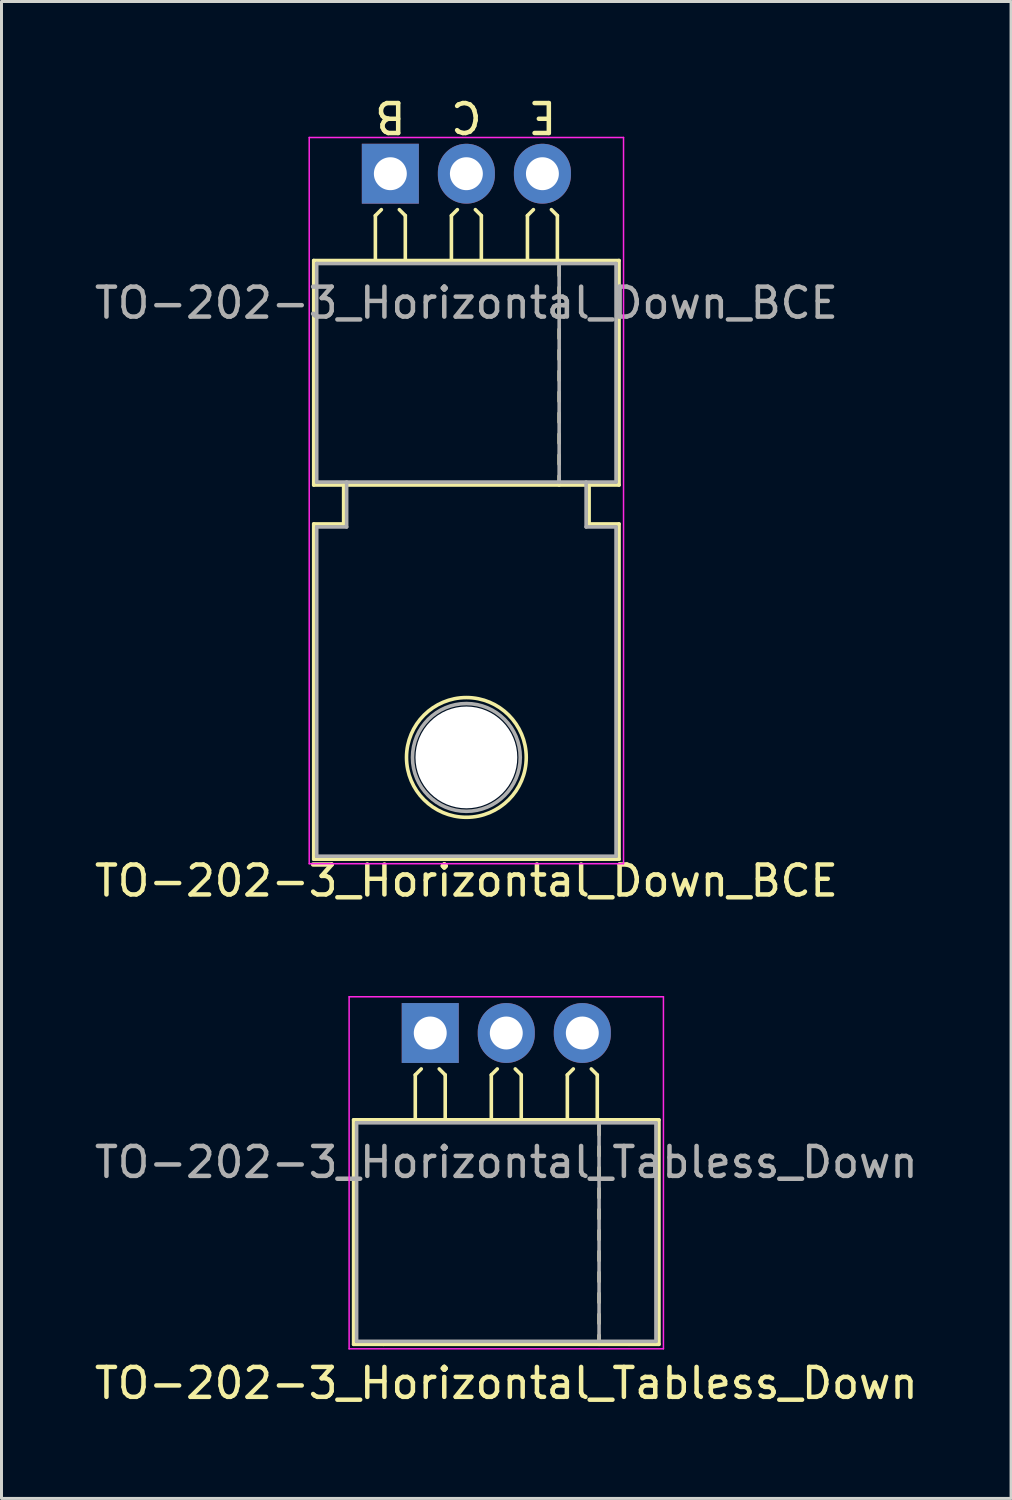
<source format=kicad_pcb>
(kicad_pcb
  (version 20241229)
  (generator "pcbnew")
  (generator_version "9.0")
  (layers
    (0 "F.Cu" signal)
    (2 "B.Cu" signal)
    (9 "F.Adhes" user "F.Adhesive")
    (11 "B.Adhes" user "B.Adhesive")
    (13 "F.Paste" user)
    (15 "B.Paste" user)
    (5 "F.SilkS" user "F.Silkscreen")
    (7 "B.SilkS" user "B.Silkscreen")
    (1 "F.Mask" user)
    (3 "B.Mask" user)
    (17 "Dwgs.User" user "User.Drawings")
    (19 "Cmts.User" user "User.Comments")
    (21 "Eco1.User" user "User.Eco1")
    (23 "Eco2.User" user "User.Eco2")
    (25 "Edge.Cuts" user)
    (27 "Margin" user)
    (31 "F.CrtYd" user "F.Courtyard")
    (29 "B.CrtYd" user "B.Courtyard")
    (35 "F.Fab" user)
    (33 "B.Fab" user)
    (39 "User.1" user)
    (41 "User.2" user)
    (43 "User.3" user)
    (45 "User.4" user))
  (footprint "TO-202-3_Horizontal_Tabless_Down"
    (layer "F.Cu")
    (at 11.323 31.459)
    (property "Reference" "TO-202-3_Horizontal_Tabless_Down" (at 2.54 11.7 180) (layer "F.SilkS") (effects (font (size 1 1) (thickness 0.15))))
    (attr through_hole)
    (fp_line (start -2.56 2.9) (end 7.64 2.9) (stroke (width 0.12) (type solid)) (layer "F.SilkS"))
    (fp_line (start -2.56 10.4) (end -2.56 2.9) (stroke (width 0.12) (type solid)) (layer "F.SilkS"))
    (fp_line (start -1.56 10.4) (end -2.56 10.4) (stroke (width 0.12) (type solid)) (layer "F.SilkS"))
    (fp_line (start -0.5 1.4) (end -0.3 1.2) (stroke (width 0.12) (type solid)) (layer "F.SilkS"))
    (fp_line (start -0.5 2.9) (end -0.5 1.4) (stroke (width 0.12) (type solid)) (layer "F.SilkS"))
    (fp_line (start 0.5 1.4) (end 0.3 1.2) (stroke (width 0.12) (type solid)) (layer "F.SilkS"))
    (fp_line (start 0.5 2.9) (end 0.5 1.4) (stroke (width 0.12) (type solid)) (layer "F.SilkS"))
    (fp_line (start 2.04 1.4) (end 2.24 1.2) (stroke (width 0.12) (type solid)) (layer "F.SilkS"))
    (fp_line (start 2.04 2.9) (end 2.04 1.4) (stroke (width 0.12) (type solid)) (layer "F.SilkS"))
    (fp_line (start 3.04 1.4) (end 2.84 1.2) (stroke (width 0.12) (type solid)) (layer "F.SilkS"))
    (fp_line (start 3.04 2.9) (end 3.04 1.4) (stroke (width 0.12) (type solid)) (layer "F.SilkS"))
    (fp_line (start 4.58 1.4) (end 4.78 1.2) (stroke (width 0.12) (type solid)) (layer "F.SilkS"))
    (fp_line (start 4.58 2.9) (end 4.58 1.4) (stroke (width 0.12) (type solid)) (layer "F.SilkS"))
    (fp_line (start 5.58 1.4) (end 5.38 1.2) (stroke (width 0.12) (type solid)) (layer "F.SilkS"))
    (fp_line (start 5.58 2.9) (end 5.58 1.4) (stroke (width 0.12) (type solid)) (layer "F.SilkS"))
    (fp_line (start 5.64 3.4) (end 5.64 3.1) (stroke (width 0.12) (type solid)) (layer "F.SilkS"))
    (fp_line (start 5.64 4.1) (end 5.64 3.8) (stroke (width 0.12) (type solid)) (layer "F.SilkS"))
    (fp_line (start 5.64 4.8) (end 5.64 4.5) (stroke (width 0.12) (type solid)) (layer "F.SilkS"))
    (fp_line (start 5.64 5.5) (end 5.64 5.2) (stroke (width 0.12) (type solid)) (layer "F.SilkS"))
    (fp_line (start 5.64 6.2) (end 5.64 5.9) (stroke (width 0.12) (type solid)) (layer "F.SilkS"))
    (fp_line (start 5.64 6.9) (end 5.64 6.6) (stroke (width 0.12) (type solid)) (layer "F.SilkS"))
    (fp_line (start 5.64 7.6) (end 5.64 7.3) (stroke (width 0.12) (type solid)) (layer "F.SilkS"))
    (fp_line (start 5.64 8.3) (end 5.64 8) (stroke (width 0.12) (type solid)) (layer "F.SilkS"))
    (fp_line (start 5.64 9) (end 5.64 8.7) (stroke (width 0.12) (type solid)) (layer "F.SilkS"))
    (fp_line (start 5.64 9.7) (end 5.64 9.4) (stroke (width 0.12) (type solid)) (layer "F.SilkS"))
    (fp_line (start 5.64 10.4) (end 5.64 10.1) (stroke (width 0.12) (type solid)) (layer "F.SilkS"))
    (fp_line (start 6.64 10.4) (end -1.56 10.4) (stroke (width 0.12) (type solid)) (layer "F.SilkS"))
    (fp_line (start 7.64 2.9) (end 7.64 10.4) (stroke (width 0.12) (type solid)) (layer "F.SilkS"))
    (fp_line (start 7.64 10.4) (end 6.64 10.4) (stroke (width 0.12) (type solid)) (layer "F.SilkS"))
    (fp_line (start -2.71 -1.21) (end -2.71 10.55) (stroke (width 0.05) (type solid)) (layer "F.CrtYd"))
    (fp_line (start -2.71 10.55) (end 7.79 10.55) (stroke (width 0.05) (type solid)) (layer "F.CrtYd"))
    (fp_line (start 7.79 -1.21) (end -2.71 -1.21) (stroke (width 0.05) (type solid)) (layer "F.CrtYd"))
    (fp_line (start 7.79 10.55) (end 7.79 -1.21) (stroke (width 0.05) (type solid)) (layer "F.CrtYd"))
    (fp_line (start -2.46 3) (end -2.46 10.3) (stroke (width 0.12) (type solid)) (layer "F.Fab"))
    (fp_line (start -2.46 10.3) (end 7.54 10.3) (stroke (width 0.12) (type solid)) (layer "F.Fab"))
    (fp_line (start 5.64 3) (end 5.64 10.3) (stroke (width 0.12) (type solid)) (layer "F.Fab"))
    (fp_line (start 7.54 3) (end -2.46 3) (stroke (width 0.12) (type solid)) (layer "F.Fab"))
    (fp_line (start 7.54 10.3) (end 7.54 3) (stroke (width 0.12) (type solid)) (layer "F.Fab"))
    (fp_text user "${REFERENCE}" (at 2.54 4.318 180) (layer "F.Fab") (effects (font (size 1 1) (thickness 0.15))))
    (pad "1" thru_hole rect (at 0 0) (size 1.905 2) (drill 1.1) (layers "*.Cu" "*.Mask"))
    (pad "2" thru_hole oval (at 2.54 0) (size 1.905 2) (drill 1.1) (layers "*.Cu" "*.Mask"))
    (pad "3" thru_hole oval (at 5.08 0) (size 1.905 2) (drill 1.1) (layers "*.Cu" "*.Mask")))
  (footprint "TO-202-3_Horizontal_Down_BCE"
    (layer "F.Cu")
    (at 9.99 2.753)
    (property "Reference" "TO-202-3_Horizontal_Down_BCE" (at 2.54 23.622 180) (layer "F.SilkS") (effects (font (size 1 1) (thickness 0.15))))
    (fp_line (start -2.56 2.9) (end 7.64 2.9) (stroke (width 0.12) (type solid)) (layer "F.SilkS"))
    (fp_line (start -2.56 10.4) (end -2.56 2.9) (stroke (width 0.12) (type solid)) (layer "F.SilkS"))
    (fp_line (start -2.56 11.7) (end -1.56 11.7) (stroke (width 0.12) (type solid)) (layer "F.SilkS"))
    (fp_line (start -2.56 22.9) (end -2.56 11.7) (stroke (width 0.12) (type solid)) (layer "F.SilkS"))
    (fp_line (start -1.56 10.4) (end -2.56 10.4) (stroke (width 0.12) (type solid)) (layer "F.SilkS"))
    (fp_line (start -1.56 11.7) (end -1.56 10.4) (stroke (width 0.12) (type solid)) (layer "F.SilkS"))
    (fp_line (start -0.5 1.4) (end -0.3 1.2) (stroke (width 0.12) (type solid)) (layer "F.SilkS"))
    (fp_line (start -0.5 2.9) (end -0.5 1.4) (stroke (width 0.12) (type solid)) (layer "F.SilkS"))
    (fp_line (start 0.5 1.4) (end 0.3 1.2) (stroke (width 0.12) (type solid)) (layer "F.SilkS"))
    (fp_line (start 0.5 2.9) (end 0.5 1.4) (stroke (width 0.12) (type solid)) (layer "F.SilkS"))
    (fp_line (start 2.04 1.4) (end 2.24 1.2) (stroke (width 0.12) (type solid)) (layer "F.SilkS"))
    (fp_line (start 2.04 2.9) (end 2.04 1.4) (stroke (width 0.12) (type solid)) (layer "F.SilkS"))
    (fp_line (start 3.04 1.4) (end 2.84 1.2) (stroke (width 0.12) (type solid)) (layer "F.SilkS"))
    (fp_line (start 3.04 2.9) (end 3.04 1.4) (stroke (width 0.12) (type solid)) (layer "F.SilkS"))
    (fp_line (start 4.58 1.4) (end 4.78 1.2) (stroke (width 0.12) (type solid)) (layer "F.SilkS"))
    (fp_line (start 4.58 2.9) (end 4.58 1.4) (stroke (width 0.12) (type solid)) (layer "F.SilkS"))
    (fp_line (start 5.58 1.4) (end 5.38 1.2) (stroke (width 0.12) (type solid)) (layer "F.SilkS"))
    (fp_line (start 5.58 2.9) (end 5.58 1.4) (stroke (width 0.12) (type solid)) (layer "F.SilkS"))
    (fp_line (start 5.64 3.4) (end 5.64 3.1) (stroke (width 0.12) (type solid)) (layer "F.SilkS"))
    (fp_line (start 5.64 4.1) (end 5.64 3.8) (stroke (width 0.12) (type solid)) (layer "F.SilkS"))
    (fp_line (start 5.64 4.8) (end 5.64 4.5) (stroke (width 0.12) (type solid)) (layer "F.SilkS"))
    (fp_line (start 5.64 5.5) (end 5.64 5.2) (stroke (width 0.12) (type solid)) (layer "F.SilkS"))
    (fp_line (start 5.64 6.2) (end 5.64 5.9) (stroke (width 0.12) (type solid)) (layer "F.SilkS"))
    (fp_line (start 5.64 6.9) (end 5.64 6.6) (stroke (width 0.12) (type solid)) (layer "F.SilkS"))
    (fp_line (start 5.64 7.6) (end 5.64 7.3) (stroke (width 0.12) (type solid)) (layer "F.SilkS"))
    (fp_line (start 5.64 8.3) (end 5.64 8) (stroke (width 0.12) (type solid)) (layer "F.SilkS"))
    (fp_line (start 5.64 9) (end 5.64 8.7) (stroke (width 0.12) (type solid)) (layer "F.SilkS"))
    (fp_line (start 5.64 9.7) (end 5.64 9.4) (stroke (width 0.12) (type solid)) (layer "F.SilkS"))
    (fp_line (start 5.64 10.4) (end 5.64 10.1) (stroke (width 0.12) (type solid)) (layer "F.SilkS"))
    (fp_line (start 6.64 10.4) (end -1.56 10.4) (stroke (width 0.12) (type solid)) (layer "F.SilkS"))
    (fp_line (start 6.64 10.4) (end 6.64 11.7) (stroke (width 0.12) (type solid)) (layer "F.SilkS"))
    (fp_line (start 6.64 11.7) (end 7.64 11.7) (stroke (width 0.12) (type solid)) (layer "F.SilkS"))
    (fp_line (start 7.64 2.9) (end 7.64 10.4) (stroke (width 0.12) (type solid)) (layer "F.SilkS"))
    (fp_line (start 7.64 10.4) (end 6.64 10.4) (stroke (width 0.12) (type solid)) (layer "F.SilkS"))
    (fp_line (start 7.64 11.7) (end 7.64 22.9) (stroke (width 0.12) (type solid)) (layer "F.SilkS"))
    (fp_line (start 7.64 22.9) (end -2.56 22.9) (stroke (width 0.12) (type solid)) (layer "F.SilkS"))
    (fp_circle (center 2.54 19.5) (end 0.54 19.5) (stroke (width 0.12) (type solid)) (fill no) (layer "F.SilkS"))
    (fp_line (start -2.71 -1.21) (end -2.71 23.05) (stroke (width 0.05) (type solid)) (layer "F.CrtYd"))
    (fp_line (start -2.71 23.05) (end 7.79 23.05) (stroke (width 0.05) (type solid)) (layer "F.CrtYd"))
    (fp_line (start 7.79 -1.21) (end -2.71 -1.21) (stroke (width 0.05) (type solid)) (layer "F.CrtYd"))
    (fp_line (start 7.79 23.05) (end 7.79 -1.21) (stroke (width 0.05) (type solid)) (layer "F.CrtYd"))
    (fp_line (start -2.46 3) (end -2.46 10.3) (stroke (width 0.12) (type solid)) (layer "F.Fab"))
    (fp_line (start -2.46 10.3) (end 7.54 10.3) (stroke (width 0.12) (type solid)) (layer "F.Fab"))
    (fp_line (start -2.46 11.8) (end -1.46 11.8) (stroke (width 0.12) (type solid)) (layer "F.Fab"))
    (fp_line (start -2.46 22.8) (end -2.46 11.8) (stroke (width 0.12) (type solid)) (layer "F.Fab"))
    (fp_line (start -1.46 11.8) (end -1.46 10.3) (stroke (width 0.12) (type solid)) (layer "F.Fab"))
    (fp_line (start 5.64 3) (end 5.64 10.3) (stroke (width 0.12) (type solid)) (layer "F.Fab"))
    (fp_line (start 6.54 10.3) (end 6.54 11.8) (stroke (width 0.12) (type solid)) (layer "F.Fab"))
    (fp_line (start 6.54 11.8) (end 7.54 11.8) (stroke (width 0.12) (type solid)) (layer "F.Fab"))
    (fp_line (start 7.54 3) (end -2.46 3) (stroke (width 0.12) (type solid)) (layer "F.Fab"))
    (fp_line (start 7.54 10.3) (end 7.54 3) (stroke (width 0.12) (type solid)) (layer "F.Fab"))
    (fp_line (start 7.54 11.8) (end 7.54 22.8) (stroke (width 0.12) (type solid)) (layer "F.Fab"))
    (fp_line (start 7.54 22.8) (end -2.46 22.8) (stroke (width 0.12) (type solid)) (layer "F.Fab"))
    (fp_circle (center 2.54 19.5) (end 0.74 19.5) (stroke (width 0.12) (type solid)) (fill no) (layer "F.Fab"))
    (fp_text user "E" (at 5.08 -1.905 180) (unlocked yes) (layer "F.SilkS") (effects (font (size 1 1) (thickness 0.15))))
    (fp_text user "C" (at 2.54 -1.905 180) (unlocked yes) (layer "F.SilkS") (effects (font (size 1 1) (thickness 0.15))))
    (fp_text user "B" (at 0 -1.905 180) (unlocked yes) (layer "F.SilkS") (effects (font (size 1 1) (thickness 0.15))))
    (fp_text user "${REFERENCE}" (at 2.54 4.318 180) (layer "F.Fab") (effects (font (size 1 1) (thickness 0.15))))
    (pad "" np_thru_hole circle (at 2.54 19.5 180) (size 3.4 3.4) (drill 3.4) (layers "*.Cu" "*.Mask"))
    (pad "1" thru_hole rect (at 0 0) (size 1.905 2) (drill 1.1) (layers "*.Cu" "*.Mask"))
    (pad "2" thru_hole oval (at 2.54 0) (size 1.905 2) (drill 1.1) (layers "*.Cu" "*.Mask"))
    (pad "3" thru_hole oval (at 5.08 0) (size 1.905 2) (drill 1.1) (layers "*.Cu" "*.Mask")))
  (gr_rect
    (start -3 -3)
    (end 30.726 47.007)
    (stroke (width 0.1) (type default))
    (fill no)
    (layer "Edge.Cuts")))
</source>
